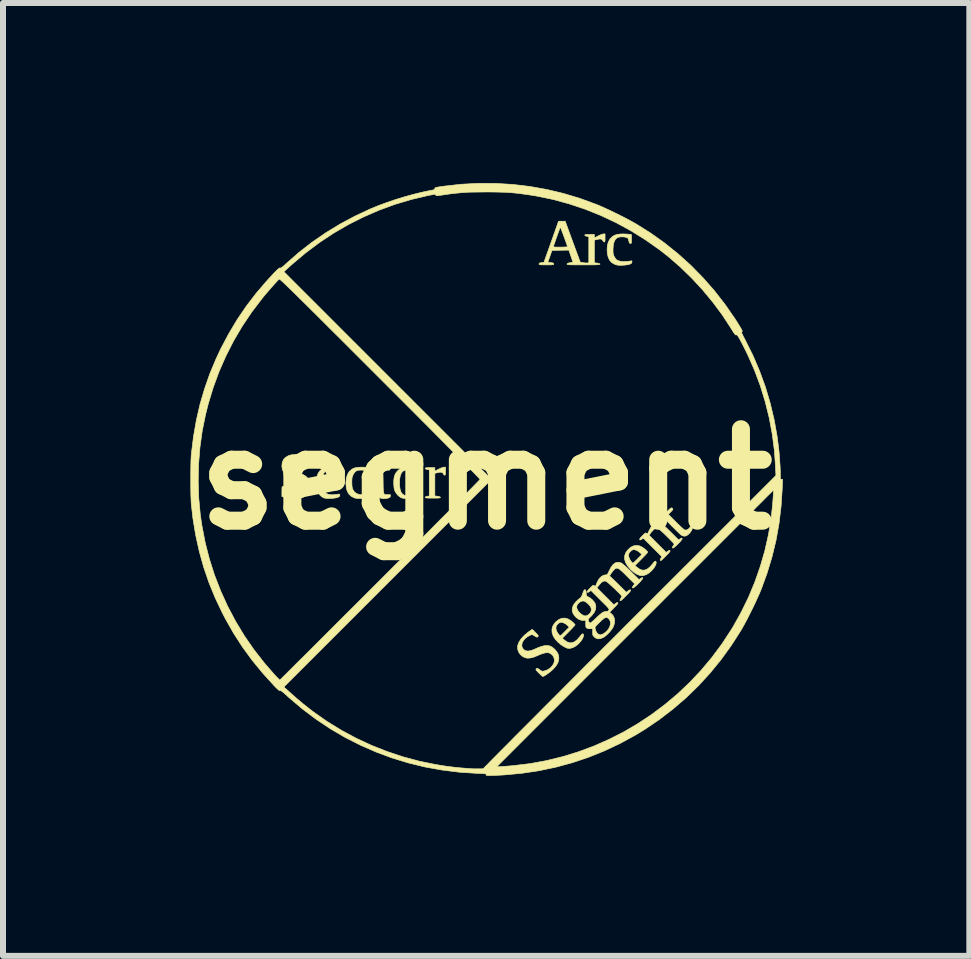
<source format=kicad_pcb>
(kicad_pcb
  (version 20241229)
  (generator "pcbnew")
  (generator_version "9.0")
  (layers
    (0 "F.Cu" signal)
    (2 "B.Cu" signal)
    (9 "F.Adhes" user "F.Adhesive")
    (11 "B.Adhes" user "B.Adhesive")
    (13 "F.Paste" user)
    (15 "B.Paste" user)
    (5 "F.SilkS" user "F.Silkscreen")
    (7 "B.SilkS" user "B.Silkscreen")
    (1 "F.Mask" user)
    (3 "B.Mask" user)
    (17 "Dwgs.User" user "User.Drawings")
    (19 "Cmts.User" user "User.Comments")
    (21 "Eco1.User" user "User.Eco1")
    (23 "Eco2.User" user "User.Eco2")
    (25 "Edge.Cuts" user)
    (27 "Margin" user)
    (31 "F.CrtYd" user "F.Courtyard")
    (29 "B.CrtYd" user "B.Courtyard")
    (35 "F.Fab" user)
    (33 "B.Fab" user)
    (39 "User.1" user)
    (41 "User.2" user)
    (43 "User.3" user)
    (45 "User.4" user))
  (footprint "segment"
    (layer "F.Cu")
    (at 5.051 4.937)
    (property "Reference" "segment" (at 0 0 0) (layer "F.SilkS") (effects (font (size 1.524 1.524) (thickness 0.3))))
    (attr through_hole)
    (fp_poly (pts (xy -0.677 -0.135) (xy -0.678 -0.101) (xy -0.68 -0.08) (xy -0.685 -0.07) (xy -0.69 -0.068) (xy -0.702 -0.075) (xy -0.714 -0.091) (xy -0.715 -0.093) (xy -0.728 -0.11) (xy -0.747 -0.118) (xy -0.775 -0.118) (xy -0.814 -0.11) (xy -0.818 -0.109) (xy -0.855 -0.1) (xy -0.855 0.279) (xy -0.835 0.279) (xy -0.804 0.282) (xy -0.779 0.288) (xy -0.764 0.297) (xy -0.762 0.302) (xy -0.765 0.306) (xy -0.776 0.31) (xy -0.796 0.312) (xy -0.829 0.313) (xy -0.876 0.313) (xy -0.889 0.313) (xy -0.939 0.313) (xy -0.974 0.312) (xy -0.997 0.31) (xy -1.01 0.308) (xy -1.015 0.304) (xy -1.016 0.301) (xy -1.008 0.29) (xy -0.984 0.283) (xy -0.982 0.283) (xy -0.948 0.277) (xy -0.948 -0.159) (xy -0.982 -0.164) (xy -1.007 -0.171) (xy -1.016 -0.181) (xy -1.016 -0.182) (xy -1.013 -0.188) (xy -1.002 -0.192) (xy -0.981 -0.194) (xy -0.946 -0.195) (xy -0.936 -0.195) (xy -0.855 -0.195) (xy -0.855 -0.137) (xy -0.791 -0.17) (xy -0.758 -0.186) (xy -0.728 -0.197) (xy -0.706 -0.203) (xy -0.702 -0.203) (xy -0.677 -0.203) (xy -0.677 -0.135)) (stroke (width 0.01) (type solid)) (fill yes) (layer "F.SilkS"))
    (fp_poly (pts (xy -1.728 -0.312) (xy -1.722 -0.306) (xy -1.72 -0.292) (xy -1.719 -0.266) (xy -1.719 -0.254) (xy -1.719 -0.195) (xy -1.659 -0.195) (xy -1.629 -0.194) (xy -1.611 -0.193) (xy -1.603 -0.188) (xy -1.6 -0.179) (xy -1.6 -0.174) (xy -1.601 -0.163) (xy -1.606 -0.156) (xy -1.619 -0.153) (xy -1.643 -0.152) (xy -1.66 -0.152) (xy -1.72 -0.152) (xy -1.717 0.038) (xy -1.716 0.105) (xy -1.715 0.157) (xy -1.712 0.195) (xy -1.708 0.223) (xy -1.701 0.241) (xy -1.691 0.251) (xy -1.678 0.256) (xy -1.659 0.257) (xy -1.637 0.256) (xy -1.611 0.255) (xy -1.597 0.257) (xy -1.593 0.264) (xy -1.593 0.277) (xy -1.593 0.277) (xy -1.604 0.298) (xy -1.629 0.312) (xy -1.67 0.32) (xy -1.704 0.321) (xy -1.734 0.32) (xy -1.755 0.315) (xy -1.773 0.303) (xy -1.78 0.297) (xy -1.808 0.272) (xy -1.81 0.06) (xy -1.813 -0.152) (xy -1.846 -0.152) (xy -1.871 -0.156) (xy -1.88 -0.164) (xy -1.874 -0.175) (xy -1.852 -0.185) (xy -1.847 -0.187) (xy -1.829 -0.194) (xy -1.816 -0.204) (xy -1.803 -0.222) (xy -1.788 -0.251) (xy -1.786 -0.255) (xy -1.77 -0.286) (xy -1.758 -0.304) (xy -1.747 -0.312) (xy -1.738 -0.313) (xy -1.728 -0.312)) (stroke (width 0.01) (type solid)) (fill yes) (layer "F.SilkS"))
    (fp_poly (pts (xy -2.538 -0.193) (xy -2.494 -0.173) (xy -2.461 -0.142) (xy -2.438 -0.097) (xy -2.426 -0.04) (xy -2.423 -0.011) (xy -2.419 0.059) (xy -2.734 0.059) (xy -2.729 0.108) (xy -2.719 0.163) (xy -2.698 0.205) (xy -2.667 0.234) (xy -2.625 0.252) (xy -2.571 0.258) (xy -2.512 0.254) (xy -2.482 0.25) (xy -2.458 0.247) (xy -2.445 0.246) (xy -2.445 0.246) (xy -2.44 0.253) (xy -2.438 0.266) (xy -2.442 0.281) (xy -2.456 0.292) (xy -2.474 0.301) (xy -2.504 0.309) (xy -2.544 0.315) (xy -2.59 0.318) (xy -2.635 0.319) (xy -2.674 0.316) (xy -2.7 0.311) (xy -2.723 0.3) (xy -2.75 0.281) (xy -2.765 0.267) (xy -2.792 0.236) (xy -2.81 0.199) (xy -2.822 0.153) (xy -2.827 0.096) (xy -2.828 0.059) (xy -2.826 0.017) (xy -2.729 0.017) (xy -2.515 0.017) (xy -2.52 -0.023) (xy -2.53 -0.077) (xy -2.545 -0.116) (xy -2.568 -0.142) (xy -2.599 -0.154) (xy -2.62 -0.156) (xy -2.658 -0.148) (xy -2.689 -0.126) (xy -2.711 -0.091) (xy -2.723 -0.044) (xy -2.724 -0.034) (xy -2.729 0.017) (xy -2.826 0.017) (xy -2.825 -0.006) (xy -2.816 -0.058) (xy -2.8 -0.101) (xy -2.775 -0.137) (xy -2.763 -0.15) (xy -2.73 -0.177) (xy -2.692 -0.194) (xy -2.647 -0.202) (xy -2.595 -0.202) (xy -2.538 -0.193)) (stroke (width 0.01) (type solid)) (fill yes) (layer "F.SilkS"))
    (fp_poly (pts (xy 2.92 0.474) (xy 2.934 0.484) (xy 2.956 0.505) (xy 2.959 0.508) (xy 3.002 0.55) (xy 3.039 0.512) (xy 3.064 0.489) (xy 3.082 0.477) (xy 3.095 0.476) (xy 3.106 0.486) (xy 3.108 0.487) (xy 3.112 0.496) (xy 3.108 0.507) (xy 3.096 0.523) (xy 3.077 0.542) (xy 3.036 0.584) (xy 3.163 0.712) (xy 3.201 0.75) (xy 3.237 0.784) (xy 3.268 0.812) (xy 3.292 0.832) (xy 3.306 0.843) (xy 3.308 0.844) (xy 3.34 0.844) (xy 3.369 0.829) (xy 3.388 0.809) (xy 3.402 0.791) (xy 3.41 0.785) (xy 3.419 0.789) (xy 3.425 0.796) (xy 3.434 0.807) (xy 3.436 0.818) (xy 3.43 0.835) (xy 3.425 0.847) (xy 3.409 0.872) (xy 3.387 0.9) (xy 3.373 0.915) (xy 3.338 0.94) (xy 3.306 0.948) (xy 3.273 0.941) (xy 3.255 0.932) (xy 3.242 0.922) (xy 3.219 0.901) (xy 3.188 0.872) (xy 3.152 0.837) (xy 3.113 0.798) (xy 3.099 0.784) (xy 2.968 0.652) (xy 2.945 0.675) (xy 2.924 0.69) (xy 2.912 0.69) (xy 2.909 0.677) (xy 2.916 0.653) (xy 2.918 0.649) (xy 2.925 0.633) (xy 2.928 0.619) (xy 2.926 0.602) (xy 2.92 0.578) (xy 2.913 0.555) (xy 2.903 0.522) (xy 2.899 0.5) (xy 2.899 0.487) (xy 2.904 0.478) (xy 2.911 0.473) (xy 2.92 0.474)) (stroke (width 0.01) (type solid)) (fill yes) (layer "F.SilkS"))
    (fp_poly (pts (xy -2.014 -0.201) (xy -1.995 -0.199) (xy -1.93 -0.193) (xy -1.93 -0.118) (xy -1.931 -0.082) (xy -1.932 -0.059) (xy -1.935 -0.048) (xy -1.941 -0.043) (xy -1.947 -0.042) (xy -1.959 -0.047) (xy -1.969 -0.064) (xy -1.973 -0.078) (xy -1.979 -0.103) (xy -1.985 -0.121) (xy -1.986 -0.125) (xy -1.998 -0.138) (xy -2.025 -0.148) (xy -2.064 -0.153) (xy -2.088 -0.154) (xy -2.134 -0.151) (xy -2.169 -0.137) (xy -2.196 -0.111) (xy -2.216 -0.078) (xy -2.226 -0.054) (xy -2.233 -0.031) (xy -2.237 -0.004) (xy -2.238 0.033) (xy -2.238 0.049) (xy -2.237 0.094) (xy -2.234 0.126) (xy -2.228 0.152) (xy -2.221 0.17) (xy -2.196 0.209) (xy -2.16 0.237) (xy -2.114 0.253) (xy -2.056 0.258) (xy -1.995 0.254) (xy -1.963 0.25) (xy -1.938 0.247) (xy -1.925 0.246) (xy -1.924 0.246) (xy -1.922 0.253) (xy -1.922 0.266) (xy -1.926 0.281) (xy -1.94 0.292) (xy -1.958 0.301) (xy -1.989 0.31) (xy -2.03 0.316) (xy -2.077 0.319) (xy -2.124 0.32) (xy -2.164 0.317) (xy -2.194 0.31) (xy -2.195 0.31) (xy -2.246 0.284) (xy -2.285 0.249) (xy -2.313 0.203) (xy -2.33 0.145) (xy -2.337 0.075) (xy -2.337 0.059) (xy -2.331 -0.015) (xy -2.313 -0.077) (xy -2.284 -0.127) (xy -2.242 -0.165) (xy -2.213 -0.182) (xy -2.178 -0.193) (xy -2.131 -0.2) (xy -2.075 -0.203) (xy -2.014 -0.201)) (stroke (width 0.01) (type solid)) (fill yes) (layer "F.SilkS"))
    (fp_poly (pts (xy 2.352 -4.086) (xy 2.357 -4.086) (xy 2.421 -4.079) (xy 2.421 -4.004) (xy 2.421 -3.968) (xy 2.42 -3.946) (xy 2.417 -3.934) (xy 2.411 -3.929) (xy 2.405 -3.929) (xy 2.392 -3.933) (xy 2.383 -3.95) (xy 2.379 -3.965) (xy 2.373 -3.989) (xy 2.367 -4.008) (xy 2.366 -4.011) (xy 2.354 -4.024) (xy 2.329 -4.033) (xy 2.296 -4.039) (xy 2.26 -4.041) (xy 2.225 -4.038) (xy 2.195 -4.031) (xy 2.186 -4.027) (xy 2.155 -4.001) (xy 2.133 -3.961) (xy 2.119 -3.907) (xy 2.114 -3.841) (xy 2.114 -3.836) (xy 2.114 -3.795) (xy 2.116 -3.765) (xy 2.122 -3.742) (xy 2.13 -3.72) (xy 2.134 -3.713) (xy 2.15 -3.686) (xy 2.167 -3.664) (xy 2.176 -3.656) (xy 2.211 -3.64) (xy 2.258 -3.63) (xy 2.314 -3.629) (xy 2.357 -3.632) (xy 2.389 -3.636) (xy 2.413 -3.639) (xy 2.427 -3.641) (xy 2.428 -3.641) (xy 2.429 -3.633) (xy 2.43 -3.62) (xy 2.422 -3.601) (xy 2.397 -3.586) (xy 2.357 -3.575) (xy 2.302 -3.569) (xy 2.273 -3.567) (xy 2.23 -3.566) (xy 2.198 -3.568) (xy 2.173 -3.573) (xy 2.148 -3.58) (xy 2.144 -3.582) (xy 2.096 -3.609) (xy 2.059 -3.648) (xy 2.034 -3.699) (xy 2.019 -3.762) (xy 2.015 -3.828) (xy 2.02 -3.9) (xy 2.037 -3.959) (xy 2.065 -4.008) (xy 2.105 -4.046) (xy 2.137 -4.066) (xy 2.175 -4.079) (xy 2.225 -4.087) (xy 2.285 -4.089) (xy 2.352 -4.086)) (stroke (width 0.01) (type solid)) (fill yes) (layer "F.SilkS"))
    (fp_poly (pts (xy -1.262 -0.2) (xy -1.219 -0.193) (xy -1.209 -0.19) (xy -1.167 -0.167) (xy -1.129 -0.132) (xy -1.101 -0.089) (xy -1.089 -0.059) (xy -1.08 -0.015) (xy -1.076 0.038) (xy -1.077 0.094) (xy -1.082 0.145) (xy -1.089 0.177) (xy -1.108 0.218) (xy -1.137 0.257) (xy -1.173 0.289) (xy -1.211 0.31) (xy -1.216 0.311) (xy -1.249 0.317) (xy -1.291 0.32) (xy -1.337 0.32) (xy -1.378 0.316) (xy -1.405 0.311) (xy -1.439 0.293) (xy -1.473 0.264) (xy -1.502 0.228) (xy -1.523 0.189) (xy -1.528 0.177) (xy -1.536 0.133) (xy -1.54 0.08) (xy -1.54 0.052) (xy -1.444 0.052) (xy -1.442 0.112) (xy -1.434 0.165) (xy -1.42 0.209) (xy -1.401 0.24) (xy -1.399 0.241) (xy -1.364 0.265) (xy -1.322 0.275) (xy -1.278 0.271) (xy -1.241 0.255) (xy -1.218 0.237) (xy -1.2 0.215) (xy -1.188 0.184) (xy -1.18 0.142) (xy -1.174 0.093) (xy -1.173 0.042) (xy -1.177 -0.006) (xy -1.177 -0.009) (xy -1.189 -0.066) (xy -1.208 -0.108) (xy -1.235 -0.136) (xy -1.27 -0.151) (xy -1.301 -0.155) (xy -1.347 -0.152) (xy -1.382 -0.138) (xy -1.408 -0.112) (xy -1.427 -0.073) (xy -1.439 -0.019) (xy -1.44 -0.012) (xy -1.444 0.052) (xy -1.54 0.052) (xy -1.54 0.023) (xy -1.534 -0.029) (xy -1.527 -0.06) (xy -1.508 -0.102) (xy -1.477 -0.141) (xy -1.44 -0.173) (xy -1.401 -0.193) (xy -1.4 -0.193) (xy -1.36 -0.2) (xy -1.311 -0.203) (xy -1.262 -0.2)) (stroke (width 0.01) (type solid)) (fill yes) (layer "F.SilkS"))
    (fp_poly (pts (xy 2.553 1.108) (xy 2.605 1.133) (xy 2.652 1.168) (xy 2.673 1.188) (xy 2.688 1.205) (xy 2.692 1.213) (xy 2.687 1.222) (xy 2.671 1.241) (xy 2.647 1.267) (xy 2.616 1.299) (xy 2.586 1.33) (xy 2.479 1.437) (xy 2.516 1.468) (xy 2.559 1.498) (xy 2.6 1.513) (xy 2.641 1.512) (xy 2.682 1.496) (xy 2.725 1.463) (xy 2.769 1.414) (xy 2.774 1.408) (xy 2.796 1.381) (xy 2.812 1.366) (xy 2.822 1.363) (xy 2.826 1.365) (xy 2.834 1.382) (xy 2.831 1.409) (xy 2.818 1.441) (xy 2.795 1.478) (xy 2.763 1.516) (xy 2.763 1.516) (xy 2.716 1.559) (xy 2.667 1.589) (xy 2.619 1.604) (xy 2.574 1.605) (xy 2.557 1.601) (xy 2.498 1.575) (xy 2.441 1.533) (xy 2.404 1.499) (xy 2.355 1.441) (xy 2.322 1.385) (xy 2.306 1.33) (xy 2.307 1.279) (xy 2.374 1.279) (xy 2.384 1.315) (xy 2.403 1.351) (xy 2.413 1.365) (xy 2.43 1.384) (xy 2.442 1.395) (xy 2.446 1.397) (xy 2.453 1.391) (xy 2.471 1.376) (xy 2.495 1.353) (xy 2.523 1.325) (xy 2.594 1.253) (xy 2.57 1.228) (xy 2.538 1.202) (xy 2.503 1.182) (xy 2.47 1.172) (xy 2.447 1.173) (xy 2.422 1.185) (xy 2.397 1.208) (xy 2.379 1.235) (xy 2.374 1.248) (xy 2.374 1.279) (xy 2.307 1.279) (xy 2.307 1.277) (xy 2.324 1.226) (xy 2.357 1.179) (xy 2.403 1.136) (xy 2.451 1.11) (xy 2.501 1.101) (xy 2.553 1.108)) (stroke (width 0.01) (type solid)) (fill yes) (layer "F.SilkS"))
    (fp_poly (pts (xy 1.363 2.326) (xy 1.415 2.357) (xy 1.441 2.379) (xy 1.462 2.399) (xy 1.477 2.415) (xy 1.482 2.424) (xy 1.476 2.433) (xy 1.46 2.452) (xy 1.436 2.478) (xy 1.406 2.51) (xy 1.375 2.541) (xy 1.269 2.648) (xy 1.305 2.679) (xy 1.348 2.709) (xy 1.39 2.724) (xy 1.431 2.723) (xy 1.472 2.707) (xy 1.514 2.674) (xy 1.558 2.625) (xy 1.563 2.619) (xy 1.585 2.592) (xy 1.601 2.577) (xy 1.611 2.574) (xy 1.615 2.575) (xy 1.623 2.593) (xy 1.62 2.619) (xy 1.607 2.652) (xy 1.584 2.689) (xy 1.552 2.727) (xy 1.552 2.727) (xy 1.505 2.77) (xy 1.456 2.799) (xy 1.409 2.815) (xy 1.363 2.816) (xy 1.346 2.812) (xy 1.297 2.789) (xy 1.245 2.755) (xy 1.196 2.713) (xy 1.153 2.667) (xy 1.122 2.62) (xy 1.118 2.612) (xy 1.098 2.555) (xy 1.096 2.5) (xy 1.098 2.49) (xy 1.163 2.49) (xy 1.173 2.526) (xy 1.192 2.562) (xy 1.203 2.576) (xy 1.219 2.594) (xy 1.231 2.606) (xy 1.235 2.608) (xy 1.243 2.602) (xy 1.26 2.587) (xy 1.284 2.564) (xy 1.312 2.536) (xy 1.384 2.464) (xy 1.359 2.439) (xy 1.328 2.412) (xy 1.293 2.393) (xy 1.259 2.383) (xy 1.236 2.383) (xy 1.211 2.396) (xy 1.187 2.418) (xy 1.168 2.446) (xy 1.164 2.459) (xy 1.163 2.49) (xy 1.098 2.49) (xy 1.109 2.447) (xy 1.14 2.398) (xy 1.166 2.37) (xy 1.214 2.334) (xy 1.263 2.315) (xy 1.313 2.312) (xy 1.363 2.326)) (stroke (width 0.01) (type solid)) (fill yes) (layer "F.SilkS"))
    (fp_poly (pts (xy 2.896 0.725) (xy 2.915 0.733) (xy 2.929 0.743) (xy 2.953 0.763) (xy 2.984 0.791) (xy 3.02 0.825) (xy 3.06 0.864) (xy 3.075 0.878) (xy 3.207 1.01) (xy 3.232 0.992) (xy 3.251 0.981) (xy 3.262 0.98) (xy 3.267 0.985) (xy 3.265 0.995) (xy 3.253 1.013) (xy 3.234 1.037) (xy 3.209 1.063) (xy 3.183 1.09) (xy 3.156 1.114) (xy 3.133 1.133) (xy 3.115 1.145) (xy 3.106 1.145) (xy 3.102 1.135) (xy 3.11 1.118) (xy 3.115 1.111) (xy 3.127 1.092) (xy 3.133 1.079) (xy 3.133 1.078) (xy 3.127 1.07) (xy 3.111 1.052) (xy 3.086 1.026) (xy 3.055 0.994) (xy 3.019 0.958) (xy 3.012 0.951) (xy 2.964 0.904) (xy 2.926 0.869) (xy 2.896 0.843) (xy 2.872 0.826) (xy 2.853 0.817) (xy 2.836 0.813) (xy 2.832 0.813) (xy 2.816 0.819) (xy 2.794 0.836) (xy 2.77 0.86) (xy 2.746 0.887) (xy 2.739 0.898) (xy 2.715 0.932) (xy 2.857 1.075) (xy 3 1.218) (xy 3.027 1.198) (xy 3.046 1.185) (xy 3.058 1.184) (xy 3.064 1.187) (xy 3.065 1.194) (xy 3.059 1.206) (xy 3.044 1.225) (xy 3.019 1.252) (xy 2.995 1.276) (xy 2.966 1.305) (xy 2.94 1.33) (xy 2.922 1.347) (xy 2.912 1.354) (xy 2.911 1.355) (xy 2.902 1.349) (xy 2.9 1.346) (xy 2.901 1.334) (xy 2.91 1.316) (xy 2.911 1.314) (xy 2.928 1.29) (xy 2.773 1.135) (xy 2.618 0.98) (xy 2.593 0.998) (xy 2.574 1.009) (xy 2.563 1.009) (xy 2.558 1.005) (xy 2.557 0.996) (xy 2.564 0.983) (xy 2.582 0.962) (xy 2.603 0.94) (xy 2.629 0.914) (xy 2.647 0.9) (xy 2.658 0.893) (xy 2.666 0.894) (xy 2.673 0.9) (xy 2.682 0.906) (xy 2.689 0.905) (xy 2.696 0.895) (xy 2.707 0.872) (xy 2.713 0.858) (xy 2.744 0.8) (xy 2.778 0.758) (xy 2.815 0.731) (xy 2.855 0.72) (xy 2.896 0.725)) (stroke (width 0.01) (type solid)) (fill yes) (layer "F.SilkS"))
    (fp_poly (pts (xy 0.822 2.553) (xy 0.847 2.579) (xy 0.862 2.596) (xy 0.868 2.607) (xy 0.867 2.615) (xy 0.862 2.622) (xy 0.853 2.629) (xy 0.843 2.629) (xy 0.827 2.622) (xy 0.807 2.61) (xy 0.784 2.595) (xy 0.768 2.589) (xy 0.754 2.59) (xy 0.737 2.596) (xy 0.687 2.623) (xy 0.646 2.656) (xy 0.616 2.694) (xy 0.598 2.734) (xy 0.594 2.774) (xy 0.601 2.803) (xy 0.623 2.835) (xy 0.654 2.855) (xy 0.695 2.862) (xy 0.742 2.855) (xy 0.795 2.836) (xy 0.796 2.835) (xy 0.869 2.803) (xy 0.931 2.781) (xy 0.984 2.77) (xy 1.029 2.769) (xy 1.07 2.78) (xy 1.107 2.801) (xy 1.143 2.833) (xy 1.15 2.84) (xy 1.183 2.881) (xy 1.202 2.919) (xy 1.21 2.962) (xy 1.211 2.983) (xy 1.205 3.029) (xy 1.187 3.073) (xy 1.156 3.119) (xy 1.111 3.168) (xy 1.106 3.173) (xy 1.074 3.201) (xy 1.04 3.228) (xy 1.006 3.252) (xy 0.976 3.271) (xy 0.952 3.283) (xy 0.943 3.285) (xy 0.934 3.279) (xy 0.916 3.264) (xy 0.893 3.242) (xy 0.878 3.228) (xy 0.852 3.201) (xy 0.836 3.183) (xy 0.829 3.171) (xy 0.83 3.163) (xy 0.835 3.156) (xy 0.844 3.15) (xy 0.854 3.15) (xy 0.869 3.157) (xy 0.89 3.172) (xy 0.914 3.189) (xy 0.931 3.197) (xy 0.946 3.198) (xy 0.968 3.193) (xy 0.972 3.192) (xy 1.022 3.174) (xy 1.066 3.145) (xy 1.095 3.116) (xy 1.124 3.074) (xy 1.137 3.03) (xy 1.134 2.986) (xy 1.115 2.944) (xy 1.105 2.931) (xy 1.077 2.906) (xy 1.045 2.891) (xy 1.006 2.888) (xy 0.96 2.897) (xy 0.904 2.916) (xy 0.863 2.934) (xy 0.796 2.962) (xy 0.737 2.977) (xy 0.687 2.98) (xy 0.642 2.97) (xy 0.602 2.948) (xy 0.568 2.918) (xy 0.54 2.877) (xy 0.525 2.83) (xy 0.524 2.78) (xy 0.526 2.767) (xy 0.546 2.714) (xy 0.581 2.659) (xy 0.631 2.604) (xy 0.694 2.551) (xy 0.717 2.534) (xy 0.768 2.499) (xy 0.822 2.553)) (stroke (width 0.01) (type solid)) (fill yes) (layer "F.SilkS"))
    (fp_poly (pts (xy -3.084 -0.412) (xy -3.033 -0.407) (xy -3.025 -0.406) (xy -2.972 -0.396) (xy -2.972 -0.321) (xy -2.972 -0.285) (xy -2.973 -0.263) (xy -2.976 -0.251) (xy -2.982 -0.246) (xy -2.991 -0.246) (xy -2.993 -0.246) (xy -3.01 -0.25) (xy -3.014 -0.26) (xy -3.016 -0.278) (xy -3.022 -0.303) (xy -3.023 -0.306) (xy -3.031 -0.327) (xy -3.045 -0.34) (xy -3.069 -0.352) (xy -3.071 -0.352) (xy -3.114 -0.363) (xy -3.163 -0.367) (xy -3.209 -0.363) (xy -3.245 -0.352) (xy -3.279 -0.329) (xy -3.299 -0.299) (xy -3.305 -0.258) (xy -3.305 -0.257) (xy -3.299 -0.223) (xy -3.28 -0.194) (xy -3.248 -0.167) (xy -3.2 -0.143) (xy -3.18 -0.135) (xy -3.108 -0.107) (xy -3.052 -0.08) (xy -3.009 -0.054) (xy -2.978 -0.026) (xy -2.957 0.004) (xy -2.944 0.04) (xy -2.939 0.082) (xy -2.938 0.108) (xy -2.945 0.17) (xy -2.965 0.223) (xy -2.999 0.265) (xy -3.044 0.296) (xy -3.079 0.31) (xy -3.105 0.315) (xy -3.142 0.318) (xy -3.185 0.32) (xy -3.229 0.321) (xy -3.268 0.32) (xy -3.296 0.316) (xy -3.298 0.316) (xy -3.315 0.312) (xy -3.342 0.305) (xy -3.359 0.3) (xy -3.404 0.287) (xy -3.404 0.203) (xy -3.403 0.165) (xy -3.403 0.14) (xy -3.4 0.126) (xy -3.395 0.12) (xy -3.387 0.119) (xy -3.383 0.119) (xy -3.371 0.12) (xy -3.364 0.128) (xy -3.359 0.146) (xy -3.357 0.165) (xy -3.351 0.194) (xy -3.342 0.217) (xy -3.337 0.224) (xy -3.305 0.245) (xy -3.262 0.261) (xy -3.216 0.271) (xy -3.188 0.273) (xy -3.135 0.267) (xy -3.092 0.249) (xy -3.06 0.219) (xy -3.041 0.177) (xy -3.039 0.17) (xy -3.036 0.123) (xy -3.049 0.081) (xy -3.077 0.045) (xy -3.119 0.016) (xy -3.147 0.004) (xy -3.22 -0.024) (xy -3.279 -0.051) (xy -3.325 -0.076) (xy -3.358 -0.102) (xy -3.381 -0.131) (xy -3.395 -0.162) (xy -3.402 -0.199) (xy -3.404 -0.228) (xy -3.397 -0.284) (xy -3.377 -0.33) (xy -3.343 -0.366) (xy -3.295 -0.394) (xy -3.274 -0.401) (xy -3.239 -0.409) (xy -3.192 -0.414) (xy -3.139 -0.415) (xy -3.084 -0.412)) (stroke (width 0.01) (type solid)) (fill yes) (layer "F.SilkS"))
    (fp_poly (pts (xy 1.442 -3.96) (xy 1.568 -3.618) (xy 1.616 -3.61) (xy 1.647 -3.606) (xy 1.675 -3.605) (xy 1.687 -3.605) (xy 1.71 -3.608) (xy 1.71 -4.045) (xy 1.676 -4.05) (xy 1.652 -4.057) (xy 1.643 -4.068) (xy 1.643 -4.068) (xy 1.645 -4.074) (xy 1.656 -4.078) (xy 1.678 -4.08) (xy 1.712 -4.081) (xy 1.723 -4.081) (xy 1.803 -4.081) (xy 1.803 -4.023) (xy 1.867 -4.056) (xy 1.9 -4.072) (xy 1.93 -4.083) (xy 1.952 -4.089) (xy 1.956 -4.089) (xy 1.981 -4.089) (xy 1.981 -4.022) (xy 1.981 -3.987) (xy 1.978 -3.966) (xy 1.974 -3.956) (xy 1.969 -3.954) (xy 1.957 -3.961) (xy 1.944 -3.978) (xy 1.943 -3.979) (xy 1.93 -3.996) (xy 1.911 -4.004) (xy 1.884 -4.004) (xy 1.844 -3.996) (xy 1.841 -3.995) (xy 1.803 -3.986) (xy 1.803 -3.609) (xy 1.85 -3.603) (xy 1.88 -3.597) (xy 1.895 -3.59) (xy 1.897 -3.585) (xy 1.894 -3.582) (xy 1.887 -3.579) (xy 1.872 -3.577) (xy 1.849 -3.575) (xy 1.816 -3.574) (xy 1.771 -3.573) (xy 1.713 -3.573) (xy 1.639 -3.573) (xy 1.621 -3.573) (xy 1.545 -3.573) (xy 1.485 -3.573) (xy 1.438 -3.574) (xy 1.403 -3.574) (xy 1.378 -3.576) (xy 1.362 -3.577) (xy 1.353 -3.58) (xy 1.348 -3.583) (xy 1.348 -3.587) (xy 1.348 -3.588) (xy 1.355 -3.598) (xy 1.374 -3.605) (xy 1.398 -3.61) (xy 1.446 -3.618) (xy 1.378 -3.819) (xy 1.237 -3.817) (xy 1.096 -3.814) (xy 1.062 -3.715) (xy 1.028 -3.617) (xy 1.077 -3.611) (xy 1.105 -3.607) (xy 1.12 -3.601) (xy 1.126 -3.593) (xy 1.126 -3.589) (xy 1.125 -3.583) (xy 1.12 -3.578) (xy 1.109 -3.576) (xy 1.089 -3.574) (xy 1.058 -3.573) (xy 1.012 -3.573) (xy 1.003 -3.573) (xy 0.955 -3.573) (xy 0.922 -3.574) (xy 0.9 -3.575) (xy 0.888 -3.578) (xy 0.882 -3.582) (xy 0.881 -3.588) (xy 0.881 -3.589) (xy 0.884 -3.6) (xy 0.897 -3.606) (xy 0.922 -3.611) (xy 0.963 -3.617) (xy 1.057 -3.88) (xy 1.119 -3.88) (xy 1.122 -3.875) (xy 1.134 -3.872) (xy 1.157 -3.87) (xy 1.194 -3.869) (xy 1.235 -3.869) (xy 1.278 -3.87) (xy 1.314 -3.871) (xy 1.34 -3.873) (xy 1.354 -3.875) (xy 1.355 -3.876) (xy 1.352 -3.887) (xy 1.345 -3.91) (xy 1.333 -3.943) (xy 1.32 -3.982) (xy 1.304 -4.025) (xy 1.288 -4.069) (xy 1.272 -4.111) (xy 1.258 -4.148) (xy 1.247 -4.177) (xy 1.239 -4.195) (xy 1.236 -4.199) (xy 1.232 -4.192) (xy 1.223 -4.171) (xy 1.211 -4.138) (xy 1.196 -4.097) (xy 1.179 -4.05) (xy 1.177 -4.045) (xy 1.16 -3.996) (xy 1.145 -3.953) (xy 1.133 -3.917) (xy 1.124 -3.892) (xy 1.12 -3.88) (xy 1.119 -3.88) (xy 1.057 -3.88) (xy 1.085 -3.959) (xy 1.206 -4.301) (xy 1.317 -4.301) (xy 1.442 -3.96)) (stroke (width 0.01) (type solid)) (fill yes) (layer "F.SilkS"))
    (fp_poly (pts (xy 2.226 1.385) (xy 2.249 1.393) (xy 2.265 1.403) (xy 2.291 1.424) (xy 2.325 1.453) (xy 2.364 1.49) (xy 2.408 1.532) (xy 2.413 1.538) (xy 2.547 1.67) (xy 2.574 1.651) (xy 2.594 1.639) (xy 2.607 1.639) (xy 2.61 1.642) (xy 2.609 1.651) (xy 2.597 1.669) (xy 2.578 1.693) (xy 2.553 1.72) (xy 2.526 1.747) (xy 2.498 1.773) (xy 2.473 1.794) (xy 2.454 1.807) (xy 2.442 1.811) (xy 2.441 1.81) (xy 2.436 1.802) (xy 2.44 1.789) (xy 2.452 1.772) (xy 2.475 1.742) (xy 2.344 1.612) (xy 2.297 1.565) (xy 2.259 1.53) (xy 2.23 1.505) (xy 2.207 1.489) (xy 2.188 1.481) (xy 2.172 1.481) (xy 2.157 1.486) (xy 2.141 1.497) (xy 2.14 1.498) (xy 2.127 1.511) (xy 2.11 1.531) (xy 2.092 1.555) (xy 2.075 1.578) (xy 2.063 1.598) (xy 2.058 1.609) (xy 2.058 1.611) (xy 2.065 1.617) (xy 2.082 1.634) (xy 2.108 1.659) (xy 2.141 1.69) (xy 2.178 1.727) (xy 2.199 1.747) (xy 2.335 1.882) (xy 2.366 1.858) (xy 2.387 1.844) (xy 2.4 1.841) (xy 2.407 1.845) (xy 2.408 1.851) (xy 2.401 1.864) (xy 2.386 1.883) (xy 2.36 1.911) (xy 2.326 1.945) (xy 2.29 1.981) (xy 2.264 2.005) (xy 2.247 2.019) (xy 2.236 2.024) (xy 2.231 2.022) (xy 2.231 2.021) (xy 2.232 2.005) (xy 2.242 1.983) (xy 2.243 1.982) (xy 2.255 1.964) (xy 2.26 1.951) (xy 2.261 1.95) (xy 2.255 1.94) (xy 2.238 1.921) (xy 2.214 1.895) (xy 2.183 1.865) (xy 2.149 1.831) (xy 2.113 1.798) (xy 2.078 1.766) (xy 2.047 1.737) (xy 2.02 1.715) (xy 2.002 1.701) (xy 1.994 1.697) (xy 1.967 1.695) (xy 1.941 1.704) (xy 1.914 1.725) (xy 1.886 1.757) (xy 1.845 1.807) (xy 1.987 1.949) (xy 2.128 2.09) (xy 2.157 2.068) (xy 2.177 2.055) (xy 2.19 2.053) (xy 2.195 2.056) (xy 2.196 2.064) (xy 2.19 2.076) (xy 2.173 2.096) (xy 2.146 2.125) (xy 2.13 2.141) (xy 2.056 2.216) (xy 2.081 2.234) (xy 2.113 2.267) (xy 2.133 2.309) (xy 2.141 2.357) (xy 2.135 2.409) (xy 2.117 2.461) (xy 2.091 2.502) (xy 2.056 2.546) (xy 2.016 2.586) (xy 1.976 2.62) (xy 1.946 2.638) (xy 1.901 2.655) (xy 1.861 2.658) (xy 1.826 2.645) (xy 1.805 2.63) (xy 1.789 2.613) (xy 1.779 2.599) (xy 1.775 2.582) (xy 1.774 2.555) (xy 1.774 2.543) (xy 1.774 2.485) (xy 1.737 2.488) (xy 1.709 2.487) (xy 1.685 2.482) (xy 1.68 2.48) (xy 1.673 2.476) (xy 1.815 2.476) (xy 1.816 2.488) (xy 1.816 2.489) (xy 1.83 2.533) (xy 1.852 2.566) (xy 1.88 2.586) (xy 1.906 2.591) (xy 1.926 2.586) (xy 1.951 2.574) (xy 1.964 2.567) (xy 2.008 2.531) (xy 2.041 2.491) (xy 2.062 2.448) (xy 2.071 2.406) (xy 2.068 2.367) (xy 2.051 2.333) (xy 2.043 2.325) (xy 2.025 2.309) (xy 2.006 2.302) (xy 1.987 2.305) (xy 1.963 2.317) (xy 1.933 2.341) (xy 1.895 2.377) (xy 1.891 2.381) (xy 1.858 2.413) (xy 1.836 2.436) (xy 1.823 2.452) (xy 1.816 2.465) (xy 1.815 2.476) (xy 1.673 2.476) (xy 1.669 2.473) (xy 1.663 2.463) (xy 1.66 2.445) (xy 1.659 2.416) (xy 1.659 2.408) (xy 1.659 2.347) (xy 1.627 2.351) (xy 1.586 2.349) (xy 1.544 2.333) (xy 1.505 2.307) (xy 1.472 2.272) (xy 1.447 2.233) (xy 1.434 2.192) (xy 1.434 2.158) (xy 1.441 2.128) (xy 1.442 2.126) (xy 1.507 2.126) (xy 1.515 2.161) (xy 1.535 2.197) (xy 1.566 2.231) (xy 1.604 2.259) (xy 1.613 2.264) (xy 1.643 2.276) (xy 1.669 2.274) (xy 1.698 2.26) (xy 1.731 2.232) (xy 1.749 2.198) (xy 1.752 2.16) (xy 1.741 2.126) (xy 1.723 2.102) (xy 1.698 2.075) (xy 1.669 2.051) (xy 1.642 2.034) (xy 1.627 2.028) (xy 1.597 2.029) (xy 1.565 2.043) (xy 1.536 2.066) (xy 1.516 2.094) (xy 1.507 2.124) (xy 1.507 2.126) (xy 1.442 2.126) (xy 1.451 2.101) (xy 1.453 2.098) (xy 1.472 2.069) (xy 1.499 2.037) (xy 1.53 2.007) (xy 1.558 1.984) (xy 1.562 1.982) (xy 1.577 1.969) (xy 1.589 1.952) (xy 1.6 1.926) (xy 1.609 1.901) (xy 1.623 1.863) (xy 1.637 1.842) (xy 1.649 1.837) (xy 1.659 1.849) (xy 1.666 1.876) (xy 1.668 1.917) (xy 1.67 1.935) (xy 1.679 1.947) (xy 1.7 1.958) (xy 1.703 1.96) (xy 1.738 1.98) (xy 1.772 2.01) (xy 1.801 2.043) (xy 1.817 2.071) (xy 1.828 2.119) (xy 1.823 2.168) (xy 1.801 2.218) (xy 1.762 2.268) (xy 1.745 2.285) (xy 1.721 2.308) (xy 1.707 2.324) (xy 1.701 2.336) (xy 1.701 2.348) (xy 1.706 2.362) (xy 1.716 2.382) (xy 1.728 2.394) (xy 1.73 2.395) (xy 1.742 2.39) (xy 1.763 2.374) (xy 1.793 2.349) (xy 1.829 2.315) (xy 1.831 2.313) (xy 1.874 2.272) (xy 1.909 2.242) (xy 1.937 2.221) (xy 1.961 2.209) (xy 1.983 2.203) (xy 2.001 2.201) (xy 2.027 2.197) (xy 2.043 2.182) (xy 2.047 2.175) (xy 2.048 2.169) (xy 2.045 2.16) (xy 2.038 2.149) (xy 2.024 2.132) (xy 2.003 2.109) (xy 1.973 2.079) (xy 1.933 2.039) (xy 1.901 2.007) (xy 1.746 1.852) (xy 1.719 1.871) (xy 1.699 1.883) (xy 1.686 1.883) (xy 1.682 1.88) (xy 1.681 1.872) (xy 1.689 1.859) (xy 1.707 1.837) (xy 1.729 1.814) (xy 1.756 1.788) (xy 1.773 1.772) (xy 1.784 1.765) (xy 1.793 1.766) (xy 1.801 1.771) (xy 1.803 1.773) (xy 1.816 1.784) (xy 1.822 1.782) (xy 1.825 1.773) (xy 1.854 1.705) (xy 1.886 1.652) (xy 1.923 1.616) (xy 1.964 1.596) (xy 1.996 1.592) (xy 2.008 1.59) (xy 2.018 1.584) (xy 2.028 1.569) (xy 2.041 1.543) (xy 2.049 1.526) (xy 2.08 1.466) (xy 2.113 1.422) (xy 2.148 1.394) (xy 2.186 1.382) (xy 2.226 1.385)) (stroke (width 0.01) (type solid)) (fill yes) (layer "F.SilkS"))
    (fp_poly (pts (xy 0.157 -4.931) (xy 0.443 -4.914) (xy 0.727 -4.88) (xy 1.009 -4.83) (xy 1.287 -4.764) (xy 1.56 -4.682) (xy 1.828 -4.584) (xy 1.837 -4.581) (xy 1.904 -4.553) (xy 1.981 -4.518) (xy 2.066 -4.479) (xy 2.154 -4.436) (xy 2.243 -4.392) (xy 2.328 -4.349) (xy 2.406 -4.307) (xy 2.473 -4.27) (xy 2.493 -4.259) (xy 2.738 -4.105) (xy 2.973 -3.938) (xy 3.197 -3.758) (xy 3.411 -3.565) (xy 3.612 -3.36) (xy 3.803 -3.143) (xy 3.98 -2.915) (xy 4.146 -2.676) (xy 4.216 -2.564) (xy 4.24 -2.525) (xy 4.256 -2.497) (xy 4.264 -2.479) (xy 4.267 -2.467) (xy 4.264 -2.46) (xy 4.262 -2.458) (xy 4.258 -2.453) (xy 4.258 -2.444) (xy 4.262 -2.429) (xy 4.273 -2.407) (xy 4.289 -2.374) (xy 4.313 -2.329) (xy 4.316 -2.323) (xy 4.443 -2.069) (xy 4.555 -1.807) (xy 4.653 -1.539) (xy 4.734 -1.265) (xy 4.8 -0.987) (xy 4.85 -0.705) (xy 4.876 -0.5) (xy 4.882 -0.434) (xy 4.888 -0.362) (xy 4.893 -0.287) (xy 4.898 -0.214) (xy 4.901 -0.148) (xy 4.902 -0.092) (xy 4.902 -0.078) (xy 4.902 -0.042) (xy 4.904 -0.019) (xy 4.907 -0.006) (xy 4.912 -0.001) (xy 4.92 -0.000001) (xy 4.92 0) (xy 4.939 0) (xy 4.933 0.162) (xy 4.914 0.452) (xy 4.88 0.736) (xy 4.83 1.016) (xy 4.763 1.293) (xy 4.68 1.567) (xy 4.586 1.825) (xy 4.558 1.893) (xy 4.522 1.973) (xy 4.482 2.061) (xy 4.438 2.152) (xy 4.392 2.244) (xy 4.347 2.333) (xy 4.303 2.415) (xy 4.263 2.487) (xy 4.242 2.523) (xy 4.084 2.769) (xy 3.914 3.004) (xy 3.732 3.227) (xy 3.537 3.44) (xy 3.331 3.64) (xy 3.114 3.827) (xy 2.886 4.002) (xy 2.648 4.164) (xy 2.487 4.262) (xy 2.232 4.401) (xy 1.972 4.524) (xy 1.706 4.631) (xy 1.435 4.722) (xy 1.159 4.797) (xy 0.877 4.856) (xy 0.59 4.899) (xy 0.298 4.926) (xy 0.159 4.933) (xy 0.103 4.935) (xy 0.063 4.936) (xy 0.034 4.936) (xy 0.016 4.935) (xy 0.006 4.933) (xy 0.001 4.929) (xy 0.000035 4.924) (xy 0 4.922) (xy -0.001 4.916) (xy -0.005 4.911) (xy -0.014 4.908) (xy -0.031 4.905) (xy -0.058 4.903) (xy -0.097 4.901) (xy -0.15 4.899) (xy -0.159 4.899) (xy -0.45 4.88) (xy -0.737 4.844) (xy -1.02 4.793) (xy -1.298 4.725) (xy -1.571 4.642) (xy -1.837 4.543) (xy -2.097 4.429) (xy -2.351 4.3) (xy -2.597 4.156) (xy -2.835 3.997) (xy -3.065 3.824) (xy -3.285 3.637) (xy -3.321 3.604) (xy -3.361 3.568) (xy -3.39 3.543) (xy -3.411 3.528) (xy -3.424 3.521) (xy -3.432 3.521) (xy -3.432 3.521) (xy -3.44 3.522) (xy -3.452 3.516) (xy -3.47 3.501) (xy -3.497 3.475) (xy -3.512 3.46) (xy -3.371 3.46) (xy -3.262 3.558) (xy -3.154 3.654) (xy -3.05 3.741) (xy -2.947 3.823) (xy -2.883 3.872) (xy -2.654 4.033) (xy -2.415 4.18) (xy -2.168 4.313) (xy -1.913 4.432) (xy -1.652 4.535) (xy -1.385 4.624) (xy -1.113 4.697) (xy -0.838 4.753) (xy -0.703 4.775) (xy -0.646 4.783) (xy -0.593 4.79) (xy -0.541 4.796) (xy -0.486 4.802) (xy -0.425 4.808) (xy -0.354 4.814) (xy -0.27 4.82) (xy -0.267 4.821) (xy -0.232 4.823) (xy -0.193 4.824) (xy -0.153 4.824) (xy -0.114 4.824) (xy -0.081 4.824) (xy -0.058 4.822) (xy -0.046 4.82) (xy -0.046 4.819) (xy -0.04 4.813) (xy -0.023 4.795) (xy -0.019 4.791) (xy 0.175 4.791) (xy 0.246 4.787) (xy 0.28 4.784) (xy 0.326 4.781) (xy 0.379 4.777) (xy 0.433 4.772) (xy 0.457 4.77) (xy 0.733 4.737) (xy 1.006 4.687) (xy 1.274 4.621) (xy 1.538 4.54) (xy 1.796 4.444) (xy 2.047 4.333) (xy 2.292 4.209) (xy 2.529 4.07) (xy 2.758 3.918) (xy 2.979 3.752) (xy 3.19 3.575) (xy 3.391 3.384) (xy 3.581 3.183) (xy 3.76 2.969) (xy 3.927 2.745) (xy 4.081 2.51) (xy 4.11 2.464) (xy 4.246 2.221) (xy 4.368 1.972) (xy 4.475 1.716) (xy 4.566 1.456) (xy 4.643 1.192) (xy 4.703 0.925) (xy 4.748 0.656) (xy 4.774 0.406) (xy 4.779 0.341) (xy 4.783 0.285) (xy 4.786 0.238) (xy 4.788 0.204) (xy 4.789 0.183) (xy 4.789 0.178) (xy 4.783 0.184) (xy 4.765 0.201) (xy 4.737 0.23) (xy 4.697 0.269) (xy 4.647 0.319) (xy 4.588 0.379) (xy 4.518 0.448) (xy 4.44 0.526) (xy 4.353 0.613) (xy 4.258 0.708) (xy 4.154 0.812) (xy 4.044 0.922) (xy 3.926 1.04) (xy 3.801 1.165) (xy 3.671 1.295) (xy 3.534 1.432) (xy 3.392 1.574) (xy 3.245 1.721) (xy 3.093 1.872) (xy 2.938 2.028) (xy 2.778 2.188) (xy 2.615 2.351) (xy 2.481 2.484) (xy 0.175 4.791) (xy -0.019 4.791) (xy 0.006 4.766) (xy 0.045 4.726) (xy 0.094 4.675) (xy 0.154 4.615) (xy 0.223 4.545) (xy 0.302 4.466) (xy 0.389 4.379) (xy 0.484 4.282) (xy 0.588 4.178) (xy 0.699 4.067) (xy 0.818 3.948) (xy 0.943 3.822) (xy 1.075 3.69) (xy 1.213 3.552) (xy 1.356 3.408) (xy 1.505 3.259) (xy 1.658 3.105) (xy 1.816 2.947) (xy 1.978 2.785) (xy 2.144 2.62) (xy 2.312 2.451) (xy 2.389 2.374) (xy 4.828 -0.064) (xy 4.822 -0.199) (xy 4.803 -0.476) (xy 4.767 -0.752) (xy 4.716 -1.027) (xy 4.648 -1.299) (xy 4.566 -1.565) (xy 4.468 -1.826) (xy 4.356 -2.08) (xy 4.279 -2.235) (xy 4.249 -2.292) (xy 4.226 -2.335) (xy 4.208 -2.366) (xy 4.195 -2.387) (xy 4.186 -2.4) (xy 4.178 -2.406) (xy 4.172 -2.407) (xy 4.167 -2.405) (xy 4.16 -2.405) (xy 4.152 -2.41) (xy 4.14 -2.423) (xy 4.124 -2.446) (xy 4.102 -2.48) (xy 4.074 -2.526) (xy 3.933 -2.741) (xy 3.777 -2.951) (xy 3.608 -3.155) (xy 3.428 -3.35) (xy 3.238 -3.535) (xy 3.04 -3.707) (xy 2.891 -3.824) (xy 2.657 -3.989) (xy 2.415 -4.14) (xy 2.166 -4.276) (xy 1.911 -4.396) (xy 1.65 -4.501) (xy 1.383 -4.59) (xy 1.112 -4.664) (xy 0.836 -4.721) (xy 0.684 -4.745) (xy 0.601 -4.756) (xy 0.526 -4.766) (xy 0.456 -4.773) (xy 0.387 -4.779) (xy 0.316 -4.783) (xy 0.239 -4.785) (xy 0.155 -4.787) (xy 0.058 -4.788) (xy -0.004 -4.788) (xy -0.105 -4.787) (xy -0.192 -4.786) (xy -0.268 -4.785) (xy -0.338 -4.782) (xy -0.403 -4.777) (xy -0.467 -4.771) (xy -0.535 -4.764) (xy -0.608 -4.755) (xy -0.675 -4.745) (xy -0.731 -4.737) (xy -0.772 -4.731) (xy -0.802 -4.728) (xy -0.821 -4.726) (xy -0.832 -4.726) (xy -0.837 -4.728) (xy -0.838 -4.732) (xy -0.838 -4.737) (xy -0.838 -4.737) (xy -0.839 -4.744) (xy -0.844 -4.748) (xy -0.855 -4.749) (xy -0.875 -4.747) (xy -0.905 -4.741) (xy -0.949 -4.733) (xy -0.973 -4.728) (xy -1.248 -4.663) (xy -1.519 -4.582) (xy -1.784 -4.485) (xy -2.044 -4.372) (xy -2.296 -4.245) (xy -2.541 -4.103) (xy -2.778 -3.946) (xy -3.006 -3.775) (xy -3.225 -3.591) (xy -3.262 -3.558) (xy -3.37 -3.459) (xy -1.641 -1.73) (xy 0.089 0) (xy -1.641 1.73) (xy -3.371 3.46) (xy -3.512 3.46) (xy -3.532 3.44) (xy -3.722 3.231) (xy -3.898 3.017) (xy -4.06 2.795) (xy -4.209 2.564) (xy -4.346 2.323) (xy -4.398 2.222) (xy -4.516 1.974) (xy -4.619 1.722) (xy -4.707 1.465) (xy -4.78 1.203) (xy -4.84 0.933) (xy -4.886 0.655) (xy -4.912 0.428) (xy -4.916 0.383) (xy -4.918 0.325) (xy -4.921 0.255) (xy -4.922 0.176) (xy -4.923 0.092) (xy -4.923 0.033) (xy -4.798 0.033) (xy -4.789 0.313) (xy -4.763 0.591) (xy -4.737 0.768) (xy -4.683 1.049) (xy -4.613 1.324) (xy -4.527 1.594) (xy -4.425 1.857) (xy -4.308 2.114) (xy -4.176 2.364) (xy -4.03 2.606) (xy -3.869 2.839) (xy -3.693 3.064) (xy -3.524 3.258) (xy -3.495 3.289) (xy -3.469 3.315) (xy -3.45 3.334) (xy -3.44 3.344) (xy -3.439 3.344) (xy -3.432 3.338) (xy -3.414 3.321) (xy -3.386 3.293) (xy -3.346 3.254) (xy -3.297 3.205) (xy -3.238 3.146) (xy -3.17 3.078) (xy -3.093 3.002) (xy -3.008 2.918) (xy -2.916 2.826) (xy -2.816 2.726) (xy -2.71 2.62) (xy -2.598 2.508) (xy -2.48 2.39) (xy -2.357 2.267) (xy -2.228 2.139) (xy -2.096 2.007) (xy -1.96 1.871) (xy -1.821 1.732) (xy -1.767 1.679) (xy -1.627 1.538) (xy -1.49 1.401) (xy -1.356 1.267) (xy -1.226 1.137) (xy -1.101 1.011) (xy -0.981 0.891) (xy -0.867 0.776) (xy -0.759 0.667) (xy -0.657 0.565) (xy -0.562 0.469) (xy -0.475 0.381) (xy -0.395 0.301) (xy -0.324 0.229) (xy -0.262 0.166) (xy -0.209 0.112) (xy -0.167 0.069) (xy -0.134 0.035) (xy -0.113 0.013) (xy -0.102 0.001) (xy -0.102 0) (xy -0.108 -0.007) (xy -0.125 -0.025) (xy -0.153 -0.055) (xy -0.192 -0.095) (xy -0.241 -0.145) (xy -0.3 -0.204) (xy -0.368 -0.273) (xy -0.444 -0.35) (xy -0.529 -0.435) (xy -0.621 -0.528) (xy -0.72 -0.628) (xy -0.826 -0.735) (xy -0.938 -0.848) (xy -1.056 -0.966) (xy -1.179 -1.09) (xy -1.307 -1.218) (xy -1.439 -1.35) (xy -1.576 -1.487) (xy -1.715 -1.626) (xy -1.769 -1.68) (xy -1.937 -1.848) (xy -2.094 -2.005) (xy -2.239 -2.15) (xy -2.374 -2.285) (xy -2.498 -2.409) (xy -2.613 -2.523) (xy -2.718 -2.628) (xy -2.814 -2.724) (xy -2.901 -2.81) (xy -2.98 -2.889) (xy -3.051 -2.959) (xy -3.115 -3.022) (xy -3.171 -3.078) (xy -3.221 -3.127) (xy -3.265 -3.17) (xy -3.303 -3.206) (xy -3.335 -3.238) (xy -3.363 -3.264) (xy -3.385 -3.285) (xy -3.404 -3.302) (xy -3.419 -3.315) (xy -3.43 -3.325) (xy -3.439 -3.331) (xy -3.445 -3.335) (xy -3.449 -3.336) (xy -3.451 -3.336) (xy -3.464 -3.323) (xy -3.486 -3.299) (xy -3.515 -3.268) (xy -3.549 -3.23) (xy -3.586 -3.188) (xy -3.623 -3.145) (xy -3.66 -3.102) (xy -3.694 -3.063) (xy -3.722 -3.028) (xy -3.73 -3.018) (xy -3.905 -2.789) (xy -4.064 -2.552) (xy -4.208 -2.308) (xy -4.336 -2.056) (xy -4.45 -1.797) (xy -4.548 -1.53) (xy -4.631 -1.257) (xy -4.677 -1.074) (xy -4.732 -0.802) (xy -4.77 -0.526) (xy -4.792 -0.247) (xy -4.798 0.033) (xy -4.923 0.033) (xy -4.923 0.005) (xy -4.923 -0.082) (xy -4.922 -0.167) (xy -4.921 -0.246) (xy -4.919 -0.317) (xy -4.916 -0.377) (xy -4.913 -0.423) (xy -4.912 -0.428) (xy -4.877 -0.711) (xy -4.829 -0.986) (xy -4.768 -1.251) (xy -4.692 -1.51) (xy -4.603 -1.764) (xy -4.498 -2.014) (xy -4.424 -2.172) (xy -4.293 -2.42) (xy -4.152 -2.657) (xy -3.998 -2.884) (xy -3.831 -3.102) (xy -3.649 -3.314) (xy -3.532 -3.44) (xy -3.496 -3.476) (xy -3.47 -3.501) (xy -3.452 -3.516) (xy -3.44 -3.522) (xy -3.432 -3.522) (xy -3.432 -3.521) (xy -3.425 -3.52) (xy -3.413 -3.526) (xy -3.394 -3.54) (xy -3.366 -3.564) (xy -3.33 -3.597) (xy -3.123 -3.778) (xy -2.904 -3.949) (xy -2.674 -4.107) (xy -2.435 -4.253) (xy -2.188 -4.385) (xy -1.936 -4.503) (xy -1.803 -4.558) (xy -1.66 -4.611) (xy -1.51 -4.662) (xy -1.356 -4.709) (xy -1.204 -4.751) (xy -1.056 -4.787) (xy -0.918 -4.816) (xy -0.887 -4.821) (xy -0.865 -4.828) (xy -0.856 -4.838) (xy -0.855 -4.843) (xy -0.855 -4.85) (xy -0.851 -4.856) (xy -0.843 -4.861) (xy -0.828 -4.865) (xy -0.803 -4.87) (xy -0.766 -4.876) (xy -0.716 -4.883) (xy -0.703 -4.885) (xy -0.417 -4.917) (xy -0.13 -4.932) (xy 0.157 -4.931)) (stroke (width 0.01) (type solid)) (fill yes) (layer "F.SilkS")))
  (gr_rect
    (start -3 -3)
    (end 13.102 12.878)
    (stroke (width 0.1) (type default))
    (fill no)
    (layer "Edge.Cuts")))
</source>
